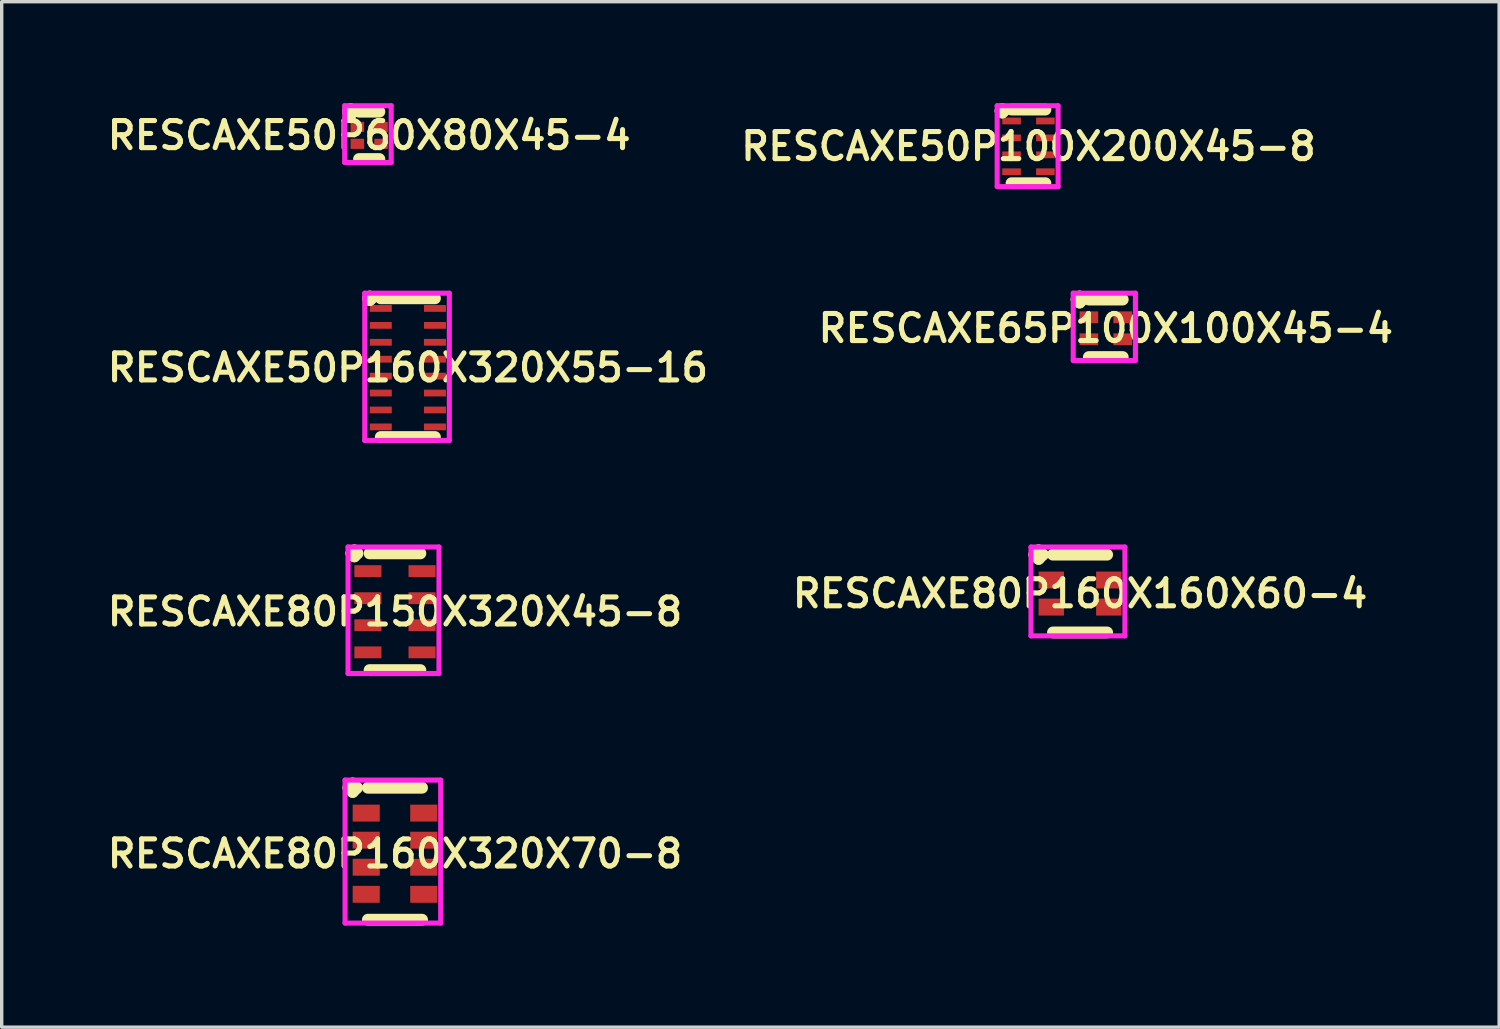
<source format=kicad_pcb>
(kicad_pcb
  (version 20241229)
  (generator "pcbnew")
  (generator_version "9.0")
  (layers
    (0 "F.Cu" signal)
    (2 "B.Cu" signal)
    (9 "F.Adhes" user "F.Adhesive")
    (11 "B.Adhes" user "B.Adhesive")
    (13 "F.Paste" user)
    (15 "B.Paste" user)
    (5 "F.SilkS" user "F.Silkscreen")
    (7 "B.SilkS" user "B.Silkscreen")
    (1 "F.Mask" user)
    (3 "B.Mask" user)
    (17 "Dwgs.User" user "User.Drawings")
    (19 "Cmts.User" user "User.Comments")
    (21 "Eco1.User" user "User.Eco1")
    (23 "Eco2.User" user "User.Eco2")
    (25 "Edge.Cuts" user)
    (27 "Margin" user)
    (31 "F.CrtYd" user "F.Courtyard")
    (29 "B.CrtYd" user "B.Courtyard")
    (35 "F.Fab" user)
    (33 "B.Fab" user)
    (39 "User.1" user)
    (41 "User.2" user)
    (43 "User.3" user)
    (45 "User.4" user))
  (footprint "RESCAXE80P160X160X60-4"
    (layer "F.Cu")
    (at 28.864 14.489)
    (property "Reference" "RESCAXE80P160X160X60-4" (at 0 0 0) (layer "F.SilkS") (effects (font (size 0.8 0.8) (thickness 0.15))))
    (attr smd)
    (fp_line (start -1.35 -1.15) (end -1.225 -1.275) (stroke (width 0.35) (type solid)) (layer "F.SilkS"))
    (fp_line (start -1.225 -1.275) (end -1.1 -1.15) (stroke (width 0.35) (type solid)) (layer "F.SilkS"))
    (fp_line (start -1.225 -1.025) (end -1.35 -1.15) (stroke (width 0.35) (type solid)) (layer "F.SilkS"))
    (fp_line (start -1.1 -1.15) (end -1.225 -1.025) (stroke (width 0.35) (type solid)) (layer "F.SilkS"))
    (fp_line (start -0.8 -1.15) (end 0.8 -1.15) (stroke (width 0.35) (type solid)) (layer "F.SilkS"))
    (fp_line (start -0.8 1.15) (end 0.8 1.15) (stroke (width 0.35) (type solid)) (layer "F.SilkS"))
    (fp_line (start -1.45 -1.375) (end 1.325 -1.375) (stroke (width 0.15) (type solid)) (layer "F.CrtYd"))
    (fp_line (start -1.45 1.25) (end -1.45 -1.375) (stroke (width 0.15) (type solid)) (layer "F.CrtYd"))
    (fp_line (start 1.325 -1.375) (end 1.325 1.25) (stroke (width 0.15) (type solid)) (layer "F.CrtYd"))
    (fp_line (start 1.325 1.25) (end -1.45 1.25) (stroke (width 0.15) (type solid)) (layer "F.CrtYd"))
    (pad "1" smd rect (at -0.85 -0.4) (size 0.75 0.5) (layers "F.Cu" "F.Mask" "F.Paste"))
    (pad "2" smd rect (at -0.85 0.4) (size 0.75 0.5) (layers "F.Cu" "F.Mask" "F.Paste"))
    (pad "3" smd rect (at 0.85 0.4) (size 0.75 0.5) (layers "F.Cu" "F.Mask" "F.Paste"))
    (pad "4" smd rect (at 0.85 -0.4) (size 0.75 0.5) (layers "F.Cu" "F.Mask" "F.Paste")))
  (footprint "RESCAXE50P100X200X45-8"
    (layer "F.Cu")
    (at 27.34 1.275)
    (property "Reference" "RESCAXE50P100X200X45-8" (at 0 0 0) (layer "F.SilkS") (effects (font (size 0.8 0.8) (thickness 0.15))))
    (attr smd)
    (fp_line (start -0.825 -1.05) (end -0.775 -1.1) (stroke (width 0.35) (type solid)) (layer "F.SilkS"))
    (fp_line (start -0.775 -1.1) (end -0.725 -1.05) (stroke (width 0.35) (type solid)) (layer "F.SilkS"))
    (fp_line (start -0.775 -1) (end -0.825 -1.05) (stroke (width 0.35) (type solid)) (layer "F.SilkS"))
    (fp_line (start -0.725 -1.05) (end -0.775 -1) (stroke (width 0.35) (type solid)) (layer "F.SilkS"))
    (fp_line (start -0.5 -1.089) (end 0.5 -1.089) (stroke (width 0.35) (type solid)) (layer "F.SilkS"))
    (fp_line (start -0.5 1.089) (end 0.5 1.089) (stroke (width 0.35) (type solid)) (layer "F.SilkS"))
    (fp_line (start -0.925 -1.2) (end 0.875 -1.2) (stroke (width 0.15) (type solid)) (layer "F.CrtYd"))
    (fp_line (start -0.925 1.189) (end -0.925 -1.2) (stroke (width 0.15) (type solid)) (layer "F.CrtYd"))
    (fp_line (start 0.875 -1.2) (end 0.875 1.189) (stroke (width 0.15) (type solid)) (layer "F.CrtYd"))
    (fp_line (start 0.875 1.189) (end -0.925 1.189) (stroke (width 0.15) (type solid)) (layer "F.CrtYd"))
    (pad "1" smd rect (at -0.5 -0.75) (size 0.55 0.2) (layers "F.Cu" "F.Mask" "F.Paste"))
    (pad "2" smd rect (at -0.5 -0.25) (size 0.55 0.2) (layers "F.Cu" "F.Mask" "F.Paste"))
    (pad "3" smd rect (at -0.5 0.25) (size 0.55 0.2) (layers "F.Cu" "F.Mask" "F.Paste"))
    (pad "4" smd rect (at -0.5 0.75) (size 0.55 0.2) (layers "F.Cu" "F.Mask" "F.Paste"))
    (pad "5" smd rect (at 0.5 0.75) (size 0.55 0.2) (layers "F.Cu" "F.Mask" "F.Paste"))
    (pad "6" smd rect (at 0.5 0.25) (size 0.55 0.2) (layers "F.Cu" "F.Mask" "F.Paste"))
    (pad "7" smd rect (at 0.5 -0.25) (size 0.55 0.2) (layers "F.Cu" "F.Mask" "F.Paste"))
    (pad "8" smd rect (at 0.5 -0.75) (size 0.55 0.2) (layers "F.Cu" "F.Mask" "F.Paste")))
  (footprint "RESCAXE80P150X320X45-8"
    (layer "F.Cu")
    (at 8.621 15.026)
    (property "Reference" "RESCAXE80P150X320X45-8" (at 0 0 0) (layer "F.SilkS") (effects (font (size 0.8 0.8) (thickness 0.15))))
    (attr smd)
    (fp_line (start -1.288 -1.725) (end -1.2 -1.812) (stroke (width 0.35) (type solid)) (layer "F.SilkS"))
    (fp_line (start -1.2 -1.812) (end -1.113 -1.725) (stroke (width 0.35) (type solid)) (layer "F.SilkS"))
    (fp_line (start -1.2 -1.637) (end -1.288 -1.725) (stroke (width 0.35) (type solid)) (layer "F.SilkS"))
    (fp_line (start -1.113 -1.725) (end -1.2 -1.637) (stroke (width 0.35) (type solid)) (layer "F.SilkS"))
    (fp_line (start -0.75 -1.725) (end 0.75 -1.725) (stroke (width 0.35) (type solid)) (layer "F.SilkS"))
    (fp_line (start -0.75 1.725) (end 0.75 1.725) (stroke (width 0.35) (type solid)) (layer "F.SilkS"))
    (fp_line (start -1.387 -1.913) (end 1.3 -1.913) (stroke (width 0.15) (type solid)) (layer "F.CrtYd"))
    (fp_line (start -1.387 1.825) (end -1.387 -1.913) (stroke (width 0.15) (type solid)) (layer "F.CrtYd"))
    (fp_line (start 1.3 -1.913) (end 1.3 1.825) (stroke (width 0.15) (type solid)) (layer "F.CrtYd"))
    (fp_line (start 1.3 1.825) (end -1.387 1.825) (stroke (width 0.15) (type solid)) (layer "F.CrtYd"))
    (pad "1" smd rect (at -0.8 -1.2) (size 0.8 0.35) (layers "F.Cu" "F.Mask" "F.Paste"))
    (pad "2" smd rect (at -0.8 -0.4) (size 0.8 0.35) (layers "F.Cu" "F.Mask" "F.Paste"))
    (pad "3" smd rect (at -0.8 0.4) (size 0.8 0.35) (layers "F.Cu" "F.Mask" "F.Paste"))
    (pad "4" smd rect (at -0.8 1.2) (size 0.8 0.35) (layers "F.Cu" "F.Mask" "F.Paste"))
    (pad "5" smd rect (at 0.8 1.2) (size 0.8 0.35) (layers "F.Cu" "F.Mask" "F.Paste"))
    (pad "6" smd rect (at 0.8 0.4) (size 0.8 0.35) (layers "F.Cu" "F.Mask" "F.Paste"))
    (pad "7" smd rect (at 0.8 -0.4) (size 0.8 0.35) (layers "F.Cu" "F.Mask" "F.Paste"))
    (pad "8" smd rect (at 0.8 -1.2) (size 0.8 0.35) (layers "F.Cu" "F.Mask" "F.Paste")))
  (footprint "RESCAXE65P100X100X45-4"
    (layer "F.Cu")
    (at 29.625 6.651)
    (property "Reference" "RESCAXE65P100X100X45-4" (at 0 0 0) (layer "F.SilkS") (effects (font (size 0.8 0.8) (thickness 0.15))))
    (attr smd)
    (fp_line (start -0.863 -0.85) (end -0.775 -0.938) (stroke (width 0.35) (type solid)) (layer "F.SilkS"))
    (fp_line (start -0.775 -0.938) (end -0.688 -0.85) (stroke (width 0.35) (type solid)) (layer "F.SilkS"))
    (fp_line (start -0.775 -0.762) (end -0.863 -0.85) (stroke (width 0.35) (type solid)) (layer "F.SilkS"))
    (fp_line (start -0.688 -0.85) (end -0.775 -0.762) (stroke (width 0.35) (type solid)) (layer "F.SilkS"))
    (fp_line (start -0.5 -0.85) (end 0.5 -0.85) (stroke (width 0.35) (type solid)) (layer "F.SilkS"))
    (fp_line (start -0.5 0.85) (end 0.5 0.85) (stroke (width 0.35) (type solid)) (layer "F.SilkS"))
    (fp_line (start -0.963 -1.038) (end 0.875 -1.038) (stroke (width 0.15) (type solid)) (layer "F.CrtYd"))
    (fp_line (start -0.963 0.95) (end -0.963 -1.038) (stroke (width 0.15) (type solid)) (layer "F.CrtYd"))
    (fp_line (start 0.875 -1.038) (end 0.875 0.95) (stroke (width 0.15) (type solid)) (layer "F.CrtYd"))
    (fp_line (start 0.875 0.95) (end -0.963 0.95) (stroke (width 0.15) (type solid)) (layer "F.CrtYd"))
    (pad "1" smd rect (at -0.5 -0.325) (size 0.55 0.35) (layers "F.Cu" "F.Mask" "F.Paste"))
    (pad "2" smd rect (at -0.5 0.325) (size 0.55 0.35) (layers "F.Cu" "F.Mask" "F.Paste"))
    (pad "3" smd rect (at 0.5 0.325) (size 0.55 0.35) (layers "F.Cu" "F.Mask" "F.Paste"))
    (pad "4" smd rect (at 0.5 -0.325) (size 0.55 0.35) (layers "F.Cu" "F.Mask" "F.Paste")))
  (footprint "RESCAXE50P160X320X55-16"
    (layer "F.Cu")
    (at 9.002 7.814)
    (property "Reference" "RESCAXE50P160X320X55-16" (at 0 0 0) (layer "F.SilkS") (effects (font (size 0.8 0.8) (thickness 0.15))))
    (attr smd)
    (fp_line (start -1.175 -2.05) (end -1.125 -2.1) (stroke (width 0.35) (type solid)) (layer "F.SilkS"))
    (fp_line (start -1.125 -2.1) (end -1.075 -2.05) (stroke (width 0.35) (type solid)) (layer "F.SilkS"))
    (fp_line (start -1.125 -2) (end -1.175 -2.05) (stroke (width 0.35) (type solid)) (layer "F.SilkS"))
    (fp_line (start -1.075 -2.05) (end -1.125 -2) (stroke (width 0.35) (type solid)) (layer "F.SilkS"))
    (fp_line (start -0.8 -2.05) (end 0.8 -2.05) (stroke (width 0.35) (type solid)) (layer "F.SilkS"))
    (fp_line (start -0.8 2.05) (end 0.8 2.05) (stroke (width 0.35) (type solid)) (layer "F.SilkS"))
    (fp_line (start -1.275 -2.2) (end 1.225 -2.2) (stroke (width 0.15) (type solid)) (layer "F.CrtYd"))
    (fp_line (start -1.275 2.15) (end -1.275 -2.2) (stroke (width 0.15) (type solid)) (layer "F.CrtYd"))
    (fp_line (start 1.225 -2.2) (end 1.225 2.15) (stroke (width 0.15) (type solid)) (layer "F.CrtYd"))
    (fp_line (start 1.225 2.15) (end -1.275 2.15) (stroke (width 0.15) (type solid)) (layer "F.CrtYd"))
    (pad "1" smd rect (at -0.8 -1.75) (size 0.65 0.2) (layers "F.Cu" "F.Mask" "F.Paste"))
    (pad "2" smd rect (at -0.8 -1.25) (size 0.65 0.2) (layers "F.Cu" "F.Mask" "F.Paste"))
    (pad "3" smd rect (at -0.8 -0.75) (size 0.65 0.2) (layers "F.Cu" "F.Mask" "F.Paste"))
    (pad "4" smd rect (at -0.8 -0.25) (size 0.65 0.2) (layers "F.Cu" "F.Mask" "F.Paste"))
    (pad "5" smd rect (at -0.8 0.25) (size 0.65 0.2) (layers "F.Cu" "F.Mask" "F.Paste"))
    (pad "6" smd rect (at -0.8 0.75) (size 0.65 0.2) (layers "F.Cu" "F.Mask" "F.Paste"))
    (pad "7" smd rect (at -0.8 1.25) (size 0.65 0.2) (layers "F.Cu" "F.Mask" "F.Paste"))
    (pad "8" smd rect (at -0.8 1.75) (size 0.65 0.2) (layers "F.Cu" "F.Mask" "F.Paste"))
    (pad "9" smd rect (at 0.8 1.75) (size 0.65 0.2) (layers "F.Cu" "F.Mask" "F.Paste"))
    (pad "10" smd rect (at 0.8 1.25) (size 0.65 0.2) (layers "F.Cu" "F.Mask" "F.Paste"))
    (pad "11" smd rect (at 0.8 0.75) (size 0.65 0.2) (layers "F.Cu" "F.Mask" "F.Paste"))
    (pad "12" smd rect (at 0.8 0.25) (size 0.65 0.2) (layers "F.Cu" "F.Mask" "F.Paste"))
    (pad "13" smd rect (at 0.8 -0.25) (size 0.65 0.2) (layers "F.Cu" "F.Mask" "F.Paste"))
    (pad "14" smd rect (at 0.8 -0.75) (size 0.65 0.2) (layers "F.Cu" "F.Mask" "F.Paste"))
    (pad "15" smd rect (at 0.8 -1.25) (size 0.65 0.2) (layers "F.Cu" "F.Mask" "F.Paste"))
    (pad "16" smd rect (at 0.8 -1.75) (size 0.65 0.2) (layers "F.Cu" "F.Mask" "F.Paste")))
  (footprint "RESCAXE50P60X80X45-4"
    (layer "F.Cu")
    (at 7.859 0.95)
    (property "Reference" "RESCAXE50P60X80X45-4" (at 0 0 0) (layer "F.SilkS") (effects (font (size 0.8 0.8) (thickness 0.15))))
    (attr smd)
    (fp_line (start -0.625 -0.7) (end -0.55 -0.775) (stroke (width 0.35) (type solid)) (layer "F.SilkS"))
    (fp_line (start -0.55 -0.775) (end -0.475 -0.7) (stroke (width 0.35) (type solid)) (layer "F.SilkS"))
    (fp_line (start -0.55 -0.625) (end -0.625 -0.7) (stroke (width 0.35) (type solid)) (layer "F.SilkS"))
    (fp_line (start -0.475 -0.7) (end -0.55 -0.625) (stroke (width 0.35) (type solid)) (layer "F.SilkS"))
    (fp_line (start -0.3 -0.7) (end 0.3 -0.7) (stroke (width 0.35) (type solid)) (layer "F.SilkS"))
    (fp_line (start -0.3 0.7) (end 0.3 0.7) (stroke (width 0.35) (type solid)) (layer "F.SilkS"))
    (fp_line (start -0.725 -0.875) (end 0.65 -0.875) (stroke (width 0.15) (type solid)) (layer "F.CrtYd"))
    (fp_line (start -0.725 0.8) (end -0.725 -0.875) (stroke (width 0.15) (type solid)) (layer "F.CrtYd"))
    (fp_line (start 0.65 -0.875) (end 0.65 0.8) (stroke (width 0.15) (type solid)) (layer "F.CrtYd"))
    (fp_line (start 0.65 0.8) (end -0.725 0.8) (stroke (width 0.15) (type solid)) (layer "F.CrtYd"))
    (pad "1" smd rect (at -0.35 -0.25) (size 0.4 0.3) (layers "F.Cu" "F.Mask" "F.Paste"))
    (pad "2" smd rect (at -0.35 0.25) (size 0.4 0.3) (layers "F.Cu" "F.Mask" "F.Paste"))
    (pad "3" smd rect (at 0.35 0.25) (size 0.4 0.3) (layers "F.Cu" "F.Mask" "F.Paste"))
    (pad "4" smd rect (at 0.35 -0.25) (size 0.4 0.3) (layers "F.Cu" "F.Mask" "F.Paste")))
  (footprint "RESCAXE80P160X320X70-8"
    (layer "F.Cu")
    (at 8.621 22.176)
    (property "Reference" "RESCAXE80P160X320X70-8" (at 0 0 0) (layer "F.SilkS") (effects (font (size 0.8 0.8) (thickness 0.15))))
    (attr smd)
    (fp_line (start -1.375 -1.95) (end -1.25 -2.075) (stroke (width 0.35) (type solid)) (layer "F.SilkS"))
    (fp_line (start -1.25 -2.075) (end -1.125 -1.95) (stroke (width 0.35) (type solid)) (layer "F.SilkS"))
    (fp_line (start -1.25 -1.825) (end -1.375 -1.95) (stroke (width 0.35) (type solid)) (layer "F.SilkS"))
    (fp_line (start -1.125 -1.95) (end -1.25 -1.825) (stroke (width 0.35) (type solid)) (layer "F.SilkS"))
    (fp_line (start -0.8 -1.95) (end 0.8 -1.95) (stroke (width 0.35) (type solid)) (layer "F.SilkS"))
    (fp_line (start -0.8 1.95) (end 0.8 1.95) (stroke (width 0.35) (type solid)) (layer "F.SilkS"))
    (fp_line (start -1.475 -2.175) (end 1.35 -2.175) (stroke (width 0.15) (type solid)) (layer "F.CrtYd"))
    (fp_line (start -1.475 2.05) (end -1.475 -2.175) (stroke (width 0.15) (type solid)) (layer "F.CrtYd"))
    (fp_line (start 1.35 -2.175) (end 1.35 2.05) (stroke (width 0.15) (type solid)) (layer "F.CrtYd"))
    (fp_line (start 1.35 2.05) (end -1.475 2.05) (stroke (width 0.15) (type solid)) (layer "F.CrtYd"))
    (pad "1" smd rect (at -0.85 -1.2) (size 0.8 0.5) (layers "F.Cu" "F.Mask" "F.Paste"))
    (pad "2" smd rect (at -0.85 -0.4) (size 0.8 0.5) (layers "F.Cu" "F.Mask" "F.Paste"))
    (pad "3" smd rect (at -0.85 0.4) (size 0.8 0.5) (layers "F.Cu" "F.Mask" "F.Paste"))
    (pad "4" smd rect (at -0.85 1.2) (size 0.8 0.5) (layers "F.Cu" "F.Mask" "F.Paste"))
    (pad "5" smd rect (at 0.85 1.2) (size 0.8 0.5) (layers "F.Cu" "F.Mask" "F.Paste"))
    (pad "6" smd rect (at 0.85 0.4) (size 0.8 0.5) (layers "F.Cu" "F.Mask" "F.Paste"))
    (pad "7" smd rect (at 0.85 -0.4) (size 0.8 0.5) (layers "F.Cu" "F.Mask" "F.Paste"))
    (pad "8" smd rect (at 0.85 -1.2) (size 0.8 0.5) (layers "F.Cu" "F.Mask" "F.Paste")))
  (gr_rect
    (start -3 -3)
    (end 41.247 27.301)
    (stroke (width 0.1) (type default))
    (fill no)
    (layer "Edge.Cuts")))
</source>
